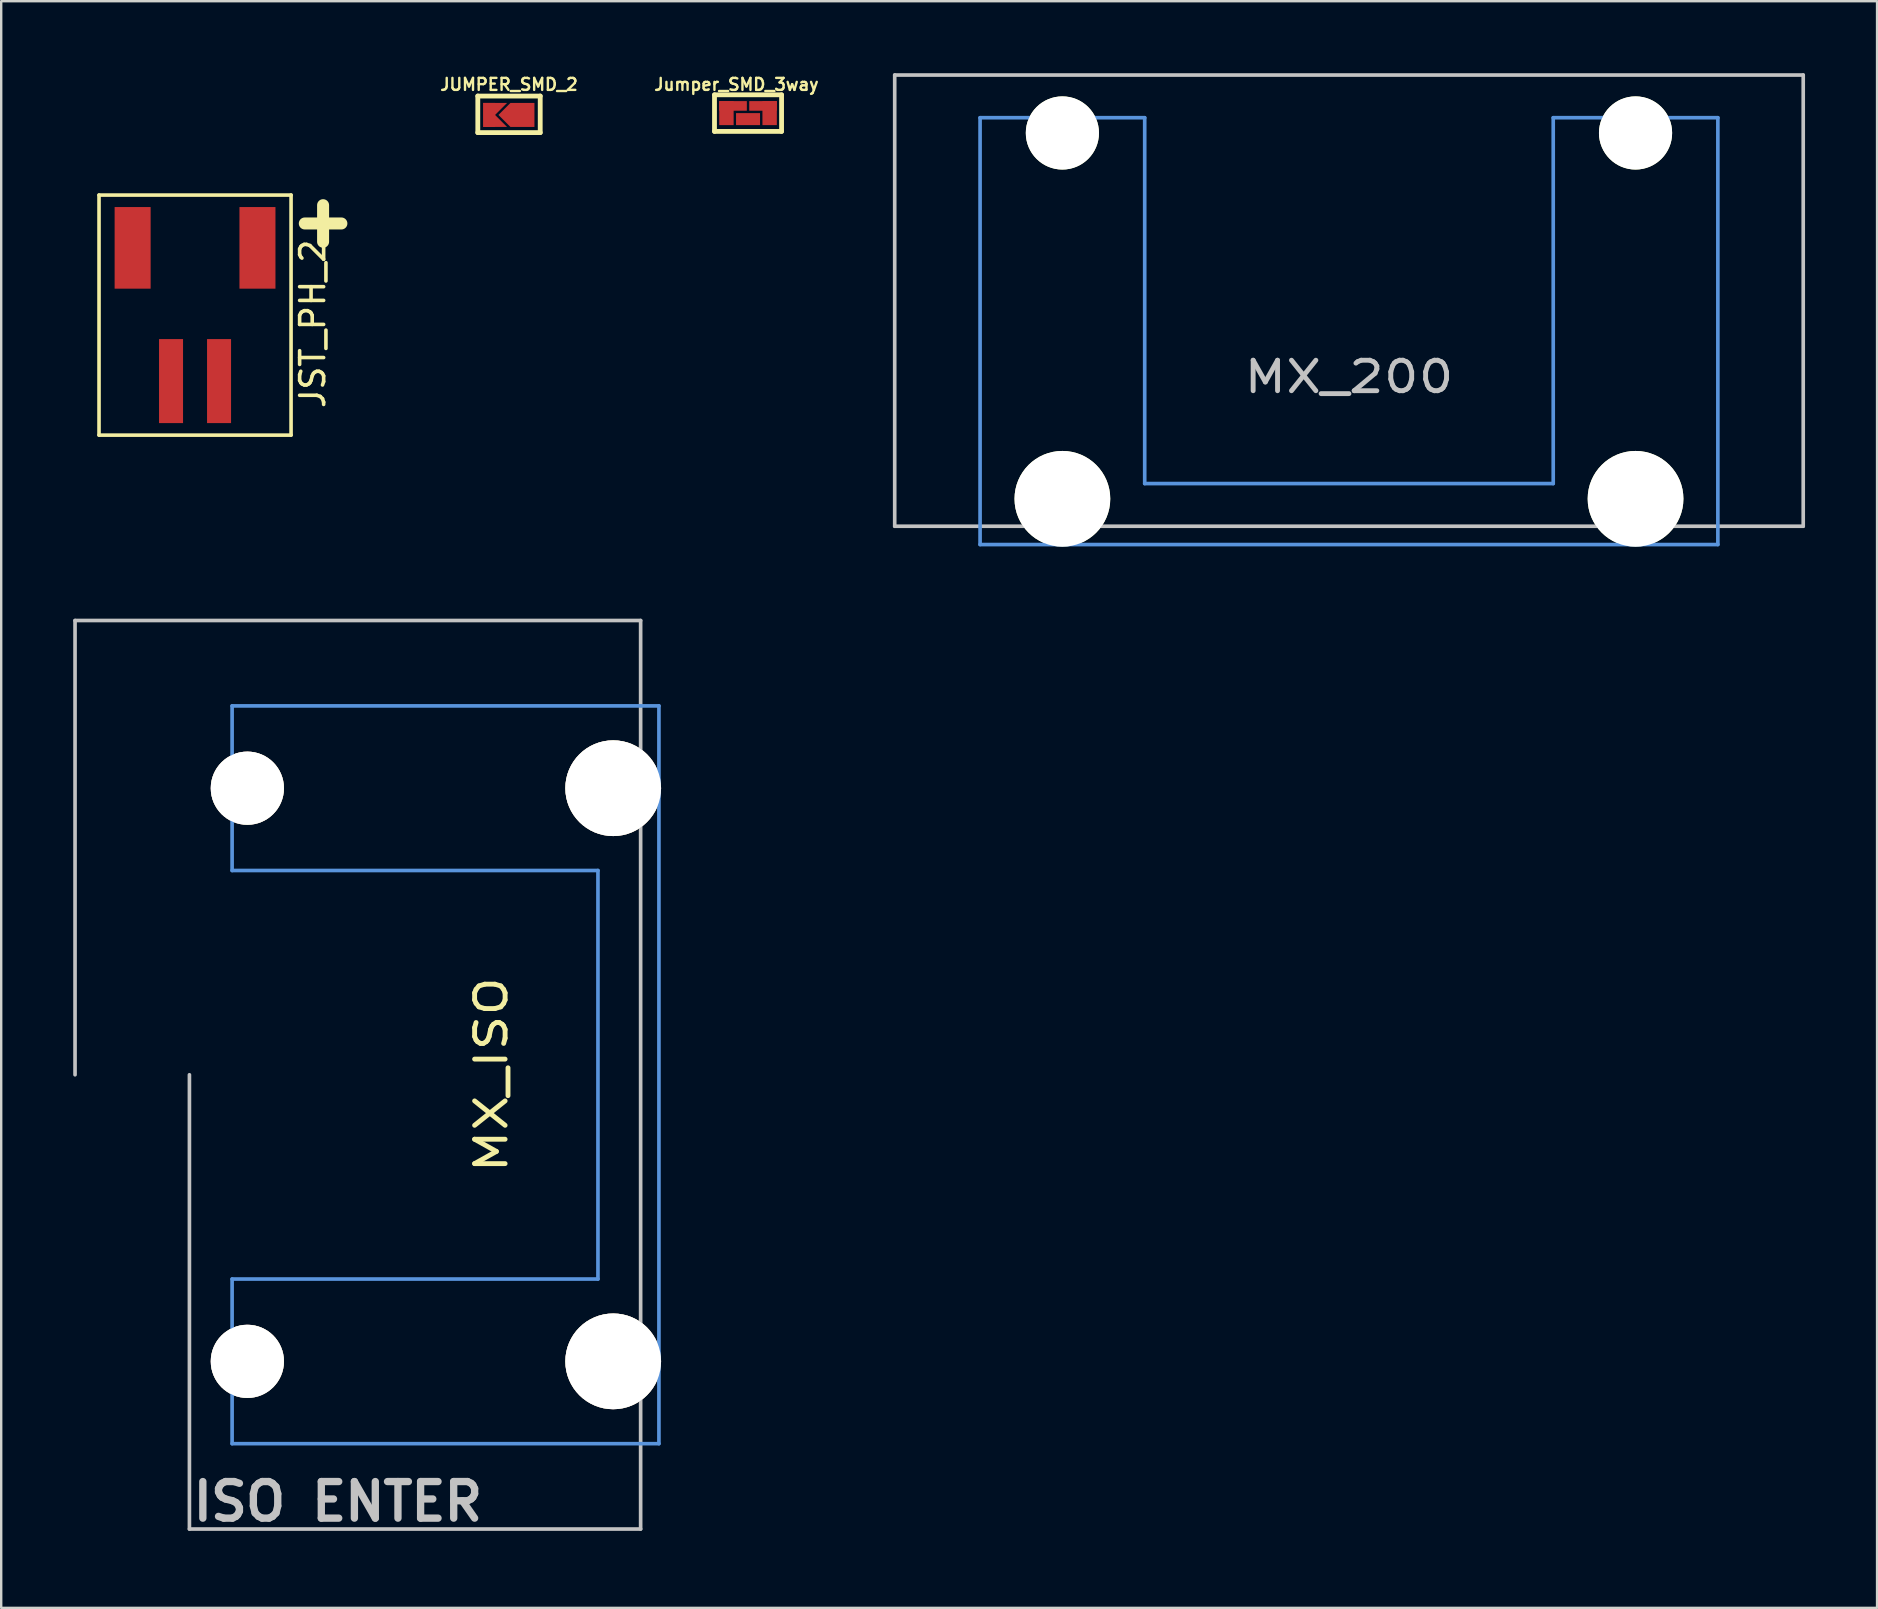
<source format=kicad_pcb>
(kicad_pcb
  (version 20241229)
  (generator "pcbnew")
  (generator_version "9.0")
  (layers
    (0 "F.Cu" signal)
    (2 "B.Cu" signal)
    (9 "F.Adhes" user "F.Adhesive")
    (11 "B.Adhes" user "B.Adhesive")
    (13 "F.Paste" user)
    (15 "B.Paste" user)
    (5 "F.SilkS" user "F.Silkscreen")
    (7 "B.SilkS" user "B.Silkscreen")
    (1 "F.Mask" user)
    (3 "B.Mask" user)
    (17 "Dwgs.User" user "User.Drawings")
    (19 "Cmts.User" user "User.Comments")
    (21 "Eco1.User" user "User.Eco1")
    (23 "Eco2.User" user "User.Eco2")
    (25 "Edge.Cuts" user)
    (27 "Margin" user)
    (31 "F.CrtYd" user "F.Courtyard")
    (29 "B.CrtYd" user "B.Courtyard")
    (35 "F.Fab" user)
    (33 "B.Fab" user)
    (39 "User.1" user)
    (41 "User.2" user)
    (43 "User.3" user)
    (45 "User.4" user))
  (footprint "JST_PH_2"
    (layer "F.Cu")
    (at 5.075 11.075)
    (property "Reference" "JST_PH_2" (at 4.902 -0.635 90) (layer "F.SilkS") (effects (font (size 1 1) (thickness 0.15))))
    (attr through_hole)
    (fp_line (start -4 -6) (end 4 -6) (stroke (width 0.15) (type solid)) (layer "F.SilkS"))
    (fp_line (start -4 4) (end -4 -6) (stroke (width 0.15) (type solid)) (layer "F.SilkS"))
    (fp_line (start 4 -6) (end 4 4) (stroke (width 0.15) (type solid)) (layer "F.SilkS"))
    (fp_line (start 4 4) (end -4 4) (stroke (width 0.15) (type solid)) (layer "F.SilkS"))
    (fp_line (start -5 -11) (end -5 5) (stroke (width 0.15) (type solid)) (layer "Eco1.User"))
    (fp_line (start -5 -11) (end 5 -11) (stroke (width 0.15) (type solid)) (layer "Eco1.User"))
    (fp_line (start -5 5) (end 5 5) (stroke (width 0.15) (type solid)) (layer "Eco1.User"))
    (fp_line (start 5 -11) (end 5 5) (stroke (width 0.15) (type solid)) (layer "Eco1.User"))
    (fp_text user "+" (at 5.334 -4.953 0) (layer "F.SilkS") (effects (font (size 2 2) (thickness 0.5))))
    (pad "1" smd rect (at -1 1.75) (size 1 3.5) (layers "F.Cu" "F.Mask" "F.Paste"))
    (pad "2" smd rect (at 1 1.75) (size 1 3.5) (layers "F.Cu" "F.Mask" "F.Paste"))
    (pad "~" smd rect (at -2.6 -3.8) (size 1.5 3.4) (layers "F.Cu" "F.Mask" "F.Paste"))
    (pad "~" smd rect (at 2.6 -3.8) (size 1.5 3.4) (layers "F.Cu" "F.Mask" "F.Paste")))
  (footprint "MX_200"
    (layer "F.Cu")
    (at 53.144 9.474)
    (property "Reference" "MX_200" (at 0 3.175 0) (layer "Dwgs.User") (effects (font (size 1.27 1.524) (thickness 0.203))))
    (attr through_hole)
    (fp_line (start -18.923 -9.398) (end 18.923 -9.398) (stroke (width 0.152) (type solid)) (layer "Dwgs.User"))
    (fp_line (start -18.923 9.398) (end -18.923 -9.398) (stroke (width 0.152) (type solid)) (layer "Dwgs.User"))
    (fp_line (start 18.923 -9.398) (end 18.923 9.398) (stroke (width 0.152) (type solid)) (layer "Dwgs.User"))
    (fp_line (start 18.923 9.398) (end -18.923 9.398) (stroke (width 0.152) (type solid)) (layer "Dwgs.User"))
    (fp_line (start -15.367 -7.62) (end -15.367 10.16) (stroke (width 0.152) (type solid)) (layer "Cmts.User"))
    (fp_line (start -15.367 10.16) (end 15.367 10.16) (stroke (width 0.152) (type solid)) (layer "Cmts.User"))
    (fp_line (start -8.509 -7.62) (end -15.367 -7.62) (stroke (width 0.152) (type solid)) (layer "Cmts.User"))
    (fp_line (start -8.509 7.62) (end -8.509 -7.62) (stroke (width 0.152) (type solid)) (layer "Cmts.User"))
    (fp_line (start 8.509 -7.62) (end 8.509 7.62) (stroke (width 0.152) (type solid)) (layer "Cmts.User"))
    (fp_line (start 8.509 7.62) (end -8.509 7.62) (stroke (width 0.152) (type solid)) (layer "Cmts.User"))
    (fp_line (start 15.367 -7.62) (end 8.509 -7.62) (stroke (width 0.152) (type solid)) (layer "Cmts.User"))
    (fp_line (start 15.367 10.16) (end 15.367 -7.62) (stroke (width 0.152) (type solid)) (layer "Cmts.User"))
    (pad "" np_thru_hole circle (at -11.938 -6.985) (size 3.048 3.048) (drill 3.048) (layers "*.Cu" "*.Mask" "F.SilkS"))
    (pad "" np_thru_hole circle (at -11.938 8.255) (size 3.988 3.988) (drill 3.988) (layers "*.Cu" "*.Mask" "F.SilkS"))
    (pad "" np_thru_hole circle (at 11.938 -6.985) (size 3.048 3.048) (drill 3.048) (layers "*.Cu" "*.Mask" "F.SilkS"))
    (pad "" np_thru_hole circle (at 11.938 8.255) (size 3.988 3.988) (drill 3.988) (layers "*.Cu" "*.Mask" "F.SilkS")))
  (footprint "Jumper_SMD_3way"
    (layer "F.Cu")
    (at 28.111 1.662)
    (property "Reference" "Jumper_SMD_3way" (at -0.483 -1.194 0) (layer "F.SilkS") (effects (font (size 0.5 0.5) (thickness 0.1))))
    (attr through_hole)
    (fp_line (start -1.397 -0.762) (end 1.397 -0.762) (stroke (width 0.2) (type solid)) (layer "F.SilkS"))
    (fp_line (start -1.397 0.762) (end -1.397 -0.762) (stroke (width 0.2) (type solid)) (layer "F.SilkS"))
    (fp_line (start 1.397 -0.762) (end 1.397 0.762) (stroke (width 0.2) (type solid)) (layer "F.SilkS"))
    (fp_line (start 1.397 0.762) (end -1.397 0.762) (stroke (width 0.2) (type solid)) (layer "F.SilkS"))
    (pad "1" smd rect (at 0 0.25) (size 1 0.5) (layers "F.Cu" "F.Mask" "F.Paste"))
    (pad "2" smd rect (at -0.9 0) (size 0.6 1) (layers "F.Cu" "F.Mask" "F.Paste"))
    (pad "2" smd rect (at -0.625 -0.3) (size 1.15 0.4) (layers "F.Cu" "F.Mask" "F.Paste"))
    (pad "3" smd rect (at 0.625 -0.3) (size 1.15 0.4) (layers "F.Cu" "F.Mask" "F.Paste"))
    (pad "3" smd rect (at 0.9 0) (size 0.6 1) (layers "F.Cu" "F.Mask" "F.Paste")))
  (footprint "JUMPER_SMD_2"
    (layer "F.Cu")
    (at 18.154 1.713)
    (property "Reference" "JUMPER_SMD_2" (at 0 -1.245 0) (layer "F.SilkS") (effects (font (size 0.5 0.5) (thickness 0.1))))
    (attr through_hole)
    (fp_line (start -1.3 -0.762) (end 1.3 -0.762) (stroke (width 0.2) (type solid)) (layer "F.SilkS"))
    (fp_line (start -1.3 0.762) (end -1.3 -0.762) (stroke (width 0.2) (type solid)) (layer "F.SilkS"))
    (fp_line (start 1.3 -0.762) (end 1.3 0.762) (stroke (width 0.2) (type solid)) (layer "F.SilkS"))
    (fp_line (start 1.3 0.762) (end -1.3 0.762) (stroke (width 0.2) (type solid)) (layer "F.SilkS"))
    (pad "1" smd rect (at -0.831 0.025 180) (size 0.5 1) (layers "F.Cu" "F.Mask" "F.Paste"))
    (pad "1" smd trapezoid (at -0.581 -0.225 180) (size 0.5 0.5) (rect_delta 0 0.5) (layers "F.Cu" "F.Mask" "F.Paste"))
    (pad "1" smd trapezoid (at -0.581 0.275) (size 0.5 0.5) (rect_delta 0 0.5) (layers "F.Cu" "F.Mask" "F.Paste"))
    (pad "2" smd rect (at 0.059 0.025 45) (size 0.707 0.707) (layers "F.Cu" "F.Mask" "F.Paste"))
    (pad "2" smd rect (at 0.559 0.025) (size 1 1) (layers "F.Cu" "F.Mask" "F.Paste")))
  (footprint "MX_ISO"
    (layer "F.Cu")
    (at 14.239 41.722)
    (property "Reference" "MX_ISO" (at 3.175 0 90) (layer "F.SilkS") (effects (font (size 1.27 1.524) (thickness 0.203))))
    (attr through_hole)
    (fp_line (start -14.163 -18.923) (end 9.398 -18.923) (stroke (width 0.152) (type solid)) (layer "Dwgs.User"))
    (fp_line (start -14.163 0) (end -14.163 -18.923) (stroke (width 0.152) (type solid)) (layer "Dwgs.User"))
    (fp_line (start -9.398 0) (end -9.398 18.923) (stroke (width 0.152) (type solid)) (layer "Dwgs.User"))
    (fp_line (start 9.398 -18.923) (end 9.398 18.923) (stroke (width 0.152) (type solid)) (layer "Dwgs.User"))
    (fp_line (start 9.398 18.923) (end -9.398 18.923) (stroke (width 0.152) (type solid)) (layer "Dwgs.User"))
    (fp_line (start -7.62 -15.367) (end -7.62 -8.509) (stroke (width 0.152) (type solid)) (layer "Cmts.User"))
    (fp_line (start -7.62 -8.509) (end 7.62 -8.509) (stroke (width 0.152) (type solid)) (layer "Cmts.User"))
    (fp_line (start -7.62 8.509) (end -7.62 15.367) (stroke (width 0.152) (type solid)) (layer "Cmts.User"))
    (fp_line (start -7.62 15.367) (end 10.16 15.367) (stroke (width 0.152) (type solid)) (layer "Cmts.User"))
    (fp_line (start 7.62 -8.509) (end 7.62 8.509) (stroke (width 0.152) (type solid)) (layer "Cmts.User"))
    (fp_line (start 7.62 8.509) (end -7.62 8.509) (stroke (width 0.152) (type solid)) (layer "Cmts.User"))
    (fp_line (start 10.16 -15.367) (end -7.62 -15.367) (stroke (width 0.152) (type solid)) (layer "Cmts.User"))
    (fp_line (start 10.16 15.367) (end 10.16 -15.367) (stroke (width 0.152) (type solid)) (layer "Cmts.User"))
    (fp_text user "ISO ENTER" (at -3.215 17.78 0) (layer "Dwgs.User") (effects (font (size 1.524 1.524) (thickness 0.305))))
    (pad "HOLE" thru_hole circle (at -6.985 -11.938 90) (size 3.048 3.048) (drill 3.048) (layers "*.Cu" "*.Mask" "F.SilkS"))
    (pad "HOLE" thru_hole circle (at -6.985 11.938 90) (size 3.048 3.048) (drill 3.048) (layers "*.Cu" "*.Mask" "F.SilkS"))
    (pad "HOLE" thru_hole circle (at 8.255 -11.938 90) (size 3.988 3.988) (drill 3.988) (layers "*.Cu" "*.Mask" "F.SilkS"))
    (pad "HOLE" thru_hole circle (at 8.255 11.938 90) (size 3.988 3.988) (drill 3.988) (layers "*.Cu" "*.Mask" "F.SilkS")))
  (gr_rect
    (start -3 -3)
    (end 75.143 63.929)
    (stroke (width 0.1) (type default))
    (fill no)
    (layer "Edge.Cuts")))
</source>
